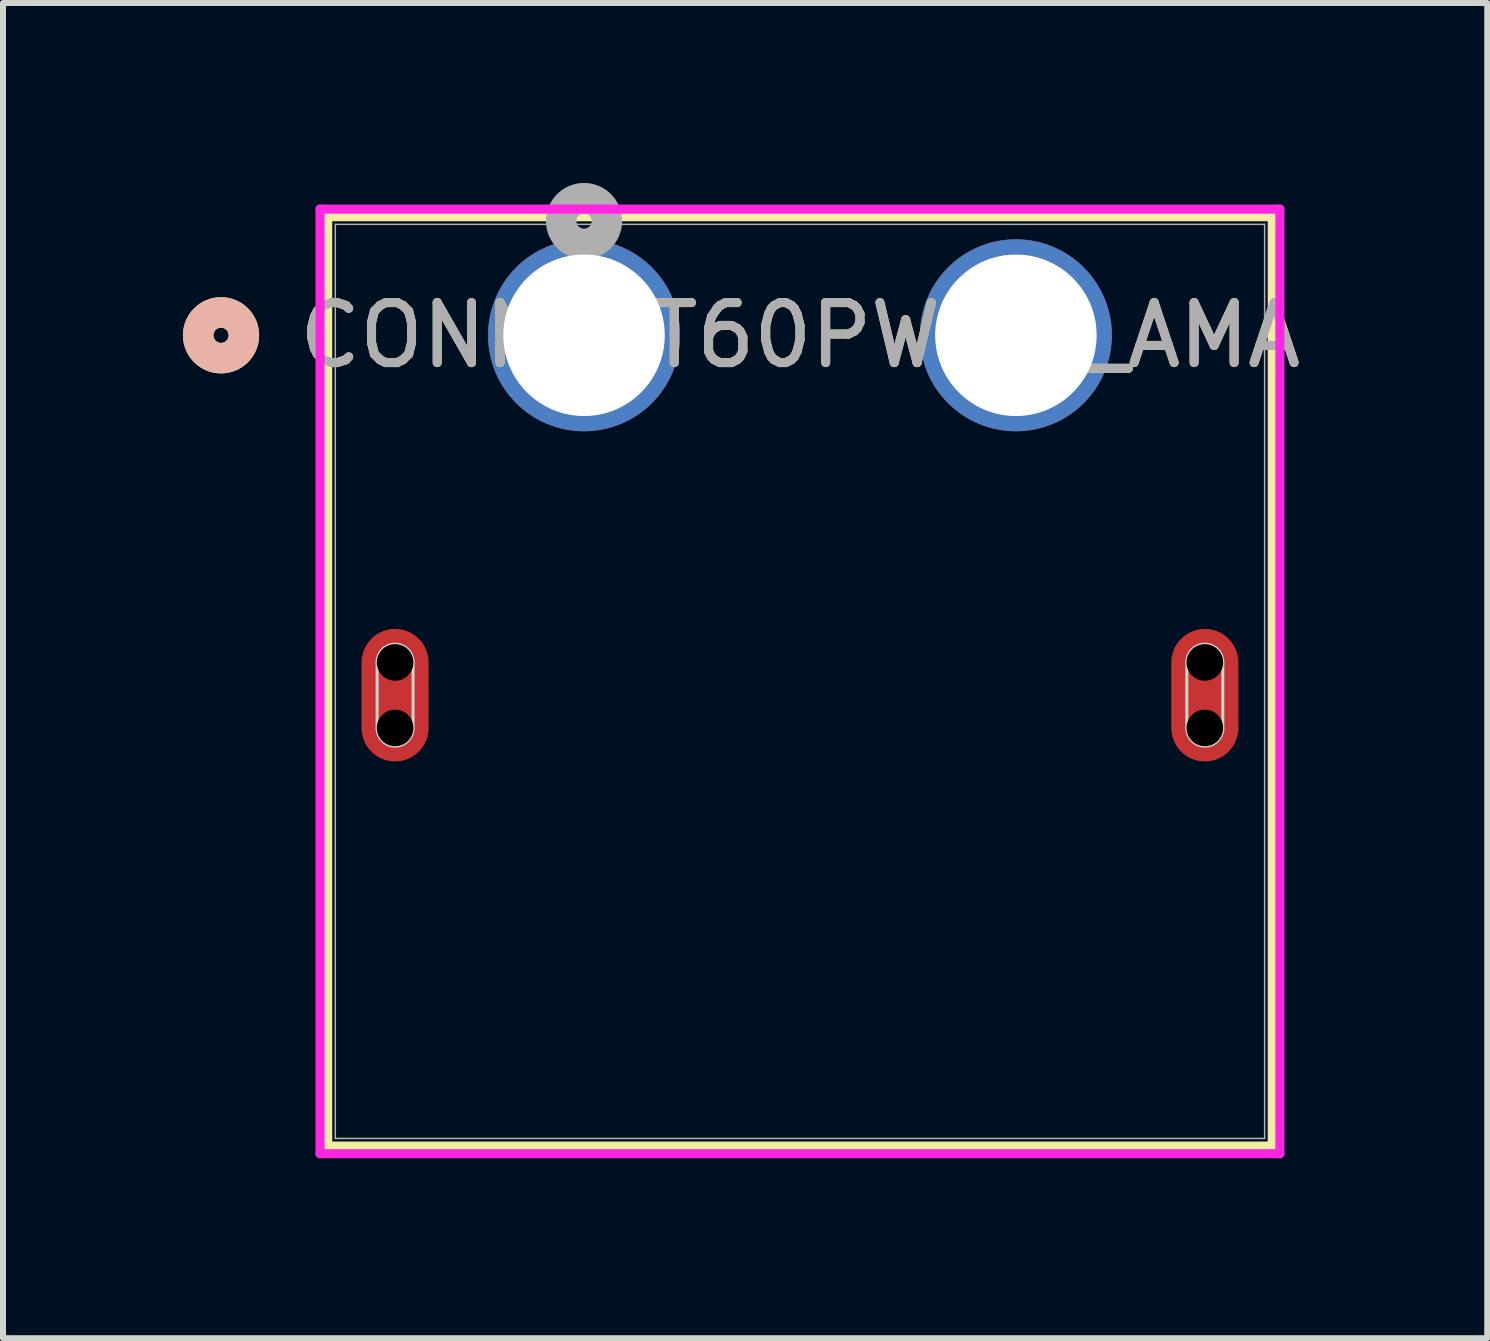
<source format=kicad_pcb>
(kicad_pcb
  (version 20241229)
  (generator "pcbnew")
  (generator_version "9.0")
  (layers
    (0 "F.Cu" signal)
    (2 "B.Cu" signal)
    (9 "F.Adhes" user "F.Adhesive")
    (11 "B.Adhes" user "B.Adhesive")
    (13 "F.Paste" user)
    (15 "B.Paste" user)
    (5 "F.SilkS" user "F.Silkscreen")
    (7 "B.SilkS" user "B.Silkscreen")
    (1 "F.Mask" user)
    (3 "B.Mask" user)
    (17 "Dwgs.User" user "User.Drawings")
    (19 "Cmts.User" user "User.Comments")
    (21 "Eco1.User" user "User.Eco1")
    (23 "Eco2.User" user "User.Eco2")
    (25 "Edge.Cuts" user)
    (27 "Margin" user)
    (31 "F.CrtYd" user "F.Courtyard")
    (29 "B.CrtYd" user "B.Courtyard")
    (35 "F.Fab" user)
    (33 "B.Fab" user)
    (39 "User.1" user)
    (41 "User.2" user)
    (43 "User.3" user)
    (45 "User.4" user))
  (footprint "CONN_XT60PW-M_AMA"
    (layer "F.Cu")
    (at 6.687 2.54)
    (property "Reference" "CONN_XT60PW-M_AMA" (at 3.6 0 0) (unlocked yes) (layer "F.SilkS") (effects (font (size 1 1) (thickness 0.15))))
    (fp_line (start -4.274 -1.977) (end -4.274 13.517) (stroke (width 0.152) (type solid)) (layer "F.SilkS"))
    (fp_line (start -4.274 13.517) (end 11.474 13.517) (stroke (width 0.152) (type solid)) (layer "F.SilkS"))
    (fp_line (start 11.474 -1.977) (end -4.274 -1.977) (stroke (width 0.152) (type solid)) (layer "F.SilkS"))
    (fp_line (start 11.474 13.517) (end 11.474 -1.977) (stroke (width 0.152) (type solid)) (layer "F.SilkS"))
    (fp_circle (center -6.052 0) (end -5.671 0) (stroke (width 0.508) (type solid)) (fill no) (layer "F.SilkS"))
    (fp_circle (center -6.052 0) (end -5.671 0) (stroke (width 0.508) (type solid)) (fill no) (layer "B.SilkS"))
    (fp_line (start -3.45 5.45) (end -3.45 6.55) (stroke (width 0.05) (type default)) (layer "Edge.Cuts"))
    (fp_line (start -2.85 6.55) (end -2.85 5.45) (stroke (width 0.05) (type default)) (layer "Edge.Cuts"))
    (fp_line (start 10.05 5.45) (end 10.05 6.55) (stroke (width 0.05) (type default)) (layer "Edge.Cuts"))
    (fp_line (start 10.65 6.55) (end 10.65 5.45) (stroke (width 0.05) (type default)) (layer "Edge.Cuts"))
    (fp_arc (start -3.45 5.45) (mid -3.15 5.15) (end -2.85 5.45) (stroke (width 0.05) (type default)) (layer "Edge.Cuts"))
    (fp_arc (start -2.85 6.55) (mid -3.15 6.85) (end -3.45 6.55) (stroke (width 0.05) (type default)) (layer "Edge.Cuts"))
    (fp_arc (start 10.05 5.45) (mid 10.35 5.15) (end 10.65 5.45) (stroke (width 0.05) (type default)) (layer "Edge.Cuts"))
    (fp_arc (start 10.65 6.55) (mid 10.35 6.85) (end 10.05 6.55) (stroke (width 0.05) (type default)) (layer "Edge.Cuts"))
    (fp_line (start -4.401 -2.104) (end -4.401 13.644) (stroke (width 0.152) (type solid)) (layer "F.CrtYd"))
    (fp_line (start -4.401 13.644) (end 11.601 13.644) (stroke (width 0.152) (type solid)) (layer "F.CrtYd"))
    (fp_line (start 11.601 -2.104) (end -4.401 -2.104) (stroke (width 0.152) (type solid)) (layer "F.CrtYd"))
    (fp_line (start 11.601 13.644) (end 11.601 -2.104) (stroke (width 0.152) (type solid)) (layer "F.CrtYd"))
    (fp_line (start -4.147 -1.85) (end -4.147 13.39) (stroke (width 0.025) (type solid)) (layer "F.Fab"))
    (fp_line (start -4.147 13.39) (end 11.347 13.39) (stroke (width 0.025) (type solid)) (layer "F.Fab"))
    (fp_line (start 11.347 -1.85) (end -4.147 -1.85) (stroke (width 0.025) (type solid)) (layer "F.Fab"))
    (fp_line (start 11.347 13.39) (end 11.347 -1.85) (stroke (width 0.025) (type solid)) (layer "F.Fab"))
    (fp_circle (center 0 -1.905) (end 0.381 -1.905) (stroke (width 0.508) (type solid)) (fill no) (layer "F.Fab"))
    (fp_text user "${REFERENCE}" (at 3.6 0 0) (unlocked yes) (layer "F.Fab") (effects (font (size 1 1) (thickness 0.15))))
    (pad "" np_thru_hole circle (at -3.15 5.454) (size 0.61 0.61) (drill 0.61) (layers))
    (pad "" np_thru_hole circle (at -3.15 6.546) (size 0.61 0.61) (drill 0.61) (layers))
    (pad "" np_thru_hole circle (at 10.35 5.454) (size 0.61 0.61) (drill 0.61) (layers))
    (pad "" np_thru_hole circle (at 10.35 6.546) (size 0.61 0.61) (drill 0.61) (layers))
    (pad "1" thru_hole circle (at 0 0) (size 3.2 3.2) (drill 2.692) (layers "*.Cu" "*.Mask"))
    (pad "2" thru_hole circle (at 7.2 0) (size 3.2 3.2) (drill 2.692) (layers "*.Cu" "*.Mask"))
    (pad "3" smd oval (at -3.15 6) (size 1.118 2.21) (layers "F.Cu" "F.Mask" "F.Paste"))
    (pad "4" smd oval (at 10.35 6) (size 1.118 2.21) (layers "F.Cu" "F.Mask" "F.Paste")))
  (gr_rect
    (start -3 -3)
    (end 21.745 19.26)
    (stroke (width 0.1) (type default))
    (fill no)
    (layer "Edge.Cuts")))
</source>
